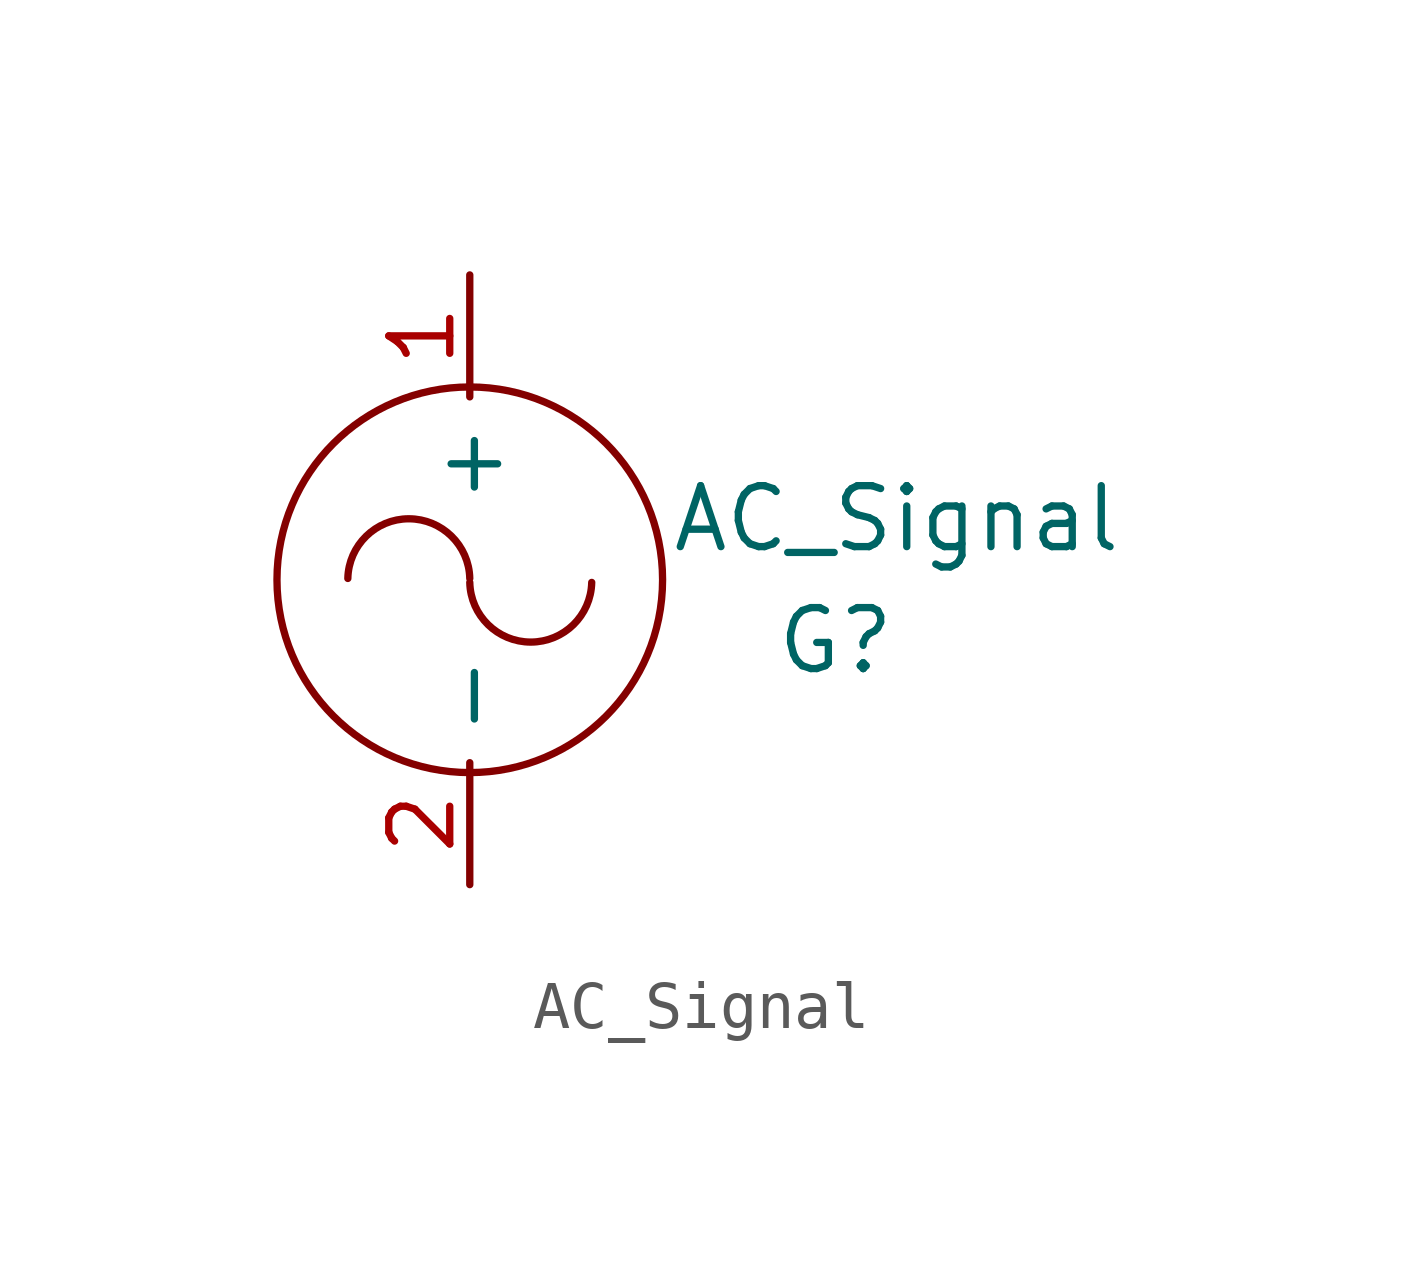
<source format=kicad_sym>
(kicad_symbol_lib
  (version 20211014)
  (generator kicad_symbol_editor)
  (symbol "AC_Signal"
    (property "Reference" "G"
      (at -30.48 -20.32 0)
      (effects (font (size 1.27 1.27))))
    (property "Value" "AC_Signal"
      (at -29.21 -17.78 0)
      (effects (font (size 1.27 1.27))))
    (symbol "AC_Signal_0_1"
      (arc (start -38.1 -19.1051) (mid -36.83 -20.3478) (end -35.56 -19.1051) (stroke (width 0) (type default) (color 0 0 0 0)) (fill (type none)))
      (circle (center -38.1 -19.05) (radius 4.016) (stroke (width 0) (type default) (color 0 0 0 0)) (fill (type none)))
      (arc (start -38.1 -19.0224) (mid -39.37 -17.7797) (end -40.64 -19.0224) (stroke (width 0) (type default) (color 0 0 0 0)) (fill (type none))))
    (symbol "AC_Signal_1_1"
      (pin output line (at -38.1 -12.7 270) (length 2.54) (name "+" (effects (font (size 1.27 1.27)))) (number "1" (effects (font (size 1.27 1.27)))))
      (pin output line (at -38.1 -25.4 90) (length 2.54) (name "-" (effects (font (size 1.27 1.27)))) (number "2" (effects (font (size 1.27 1.27))))))))
</source>
